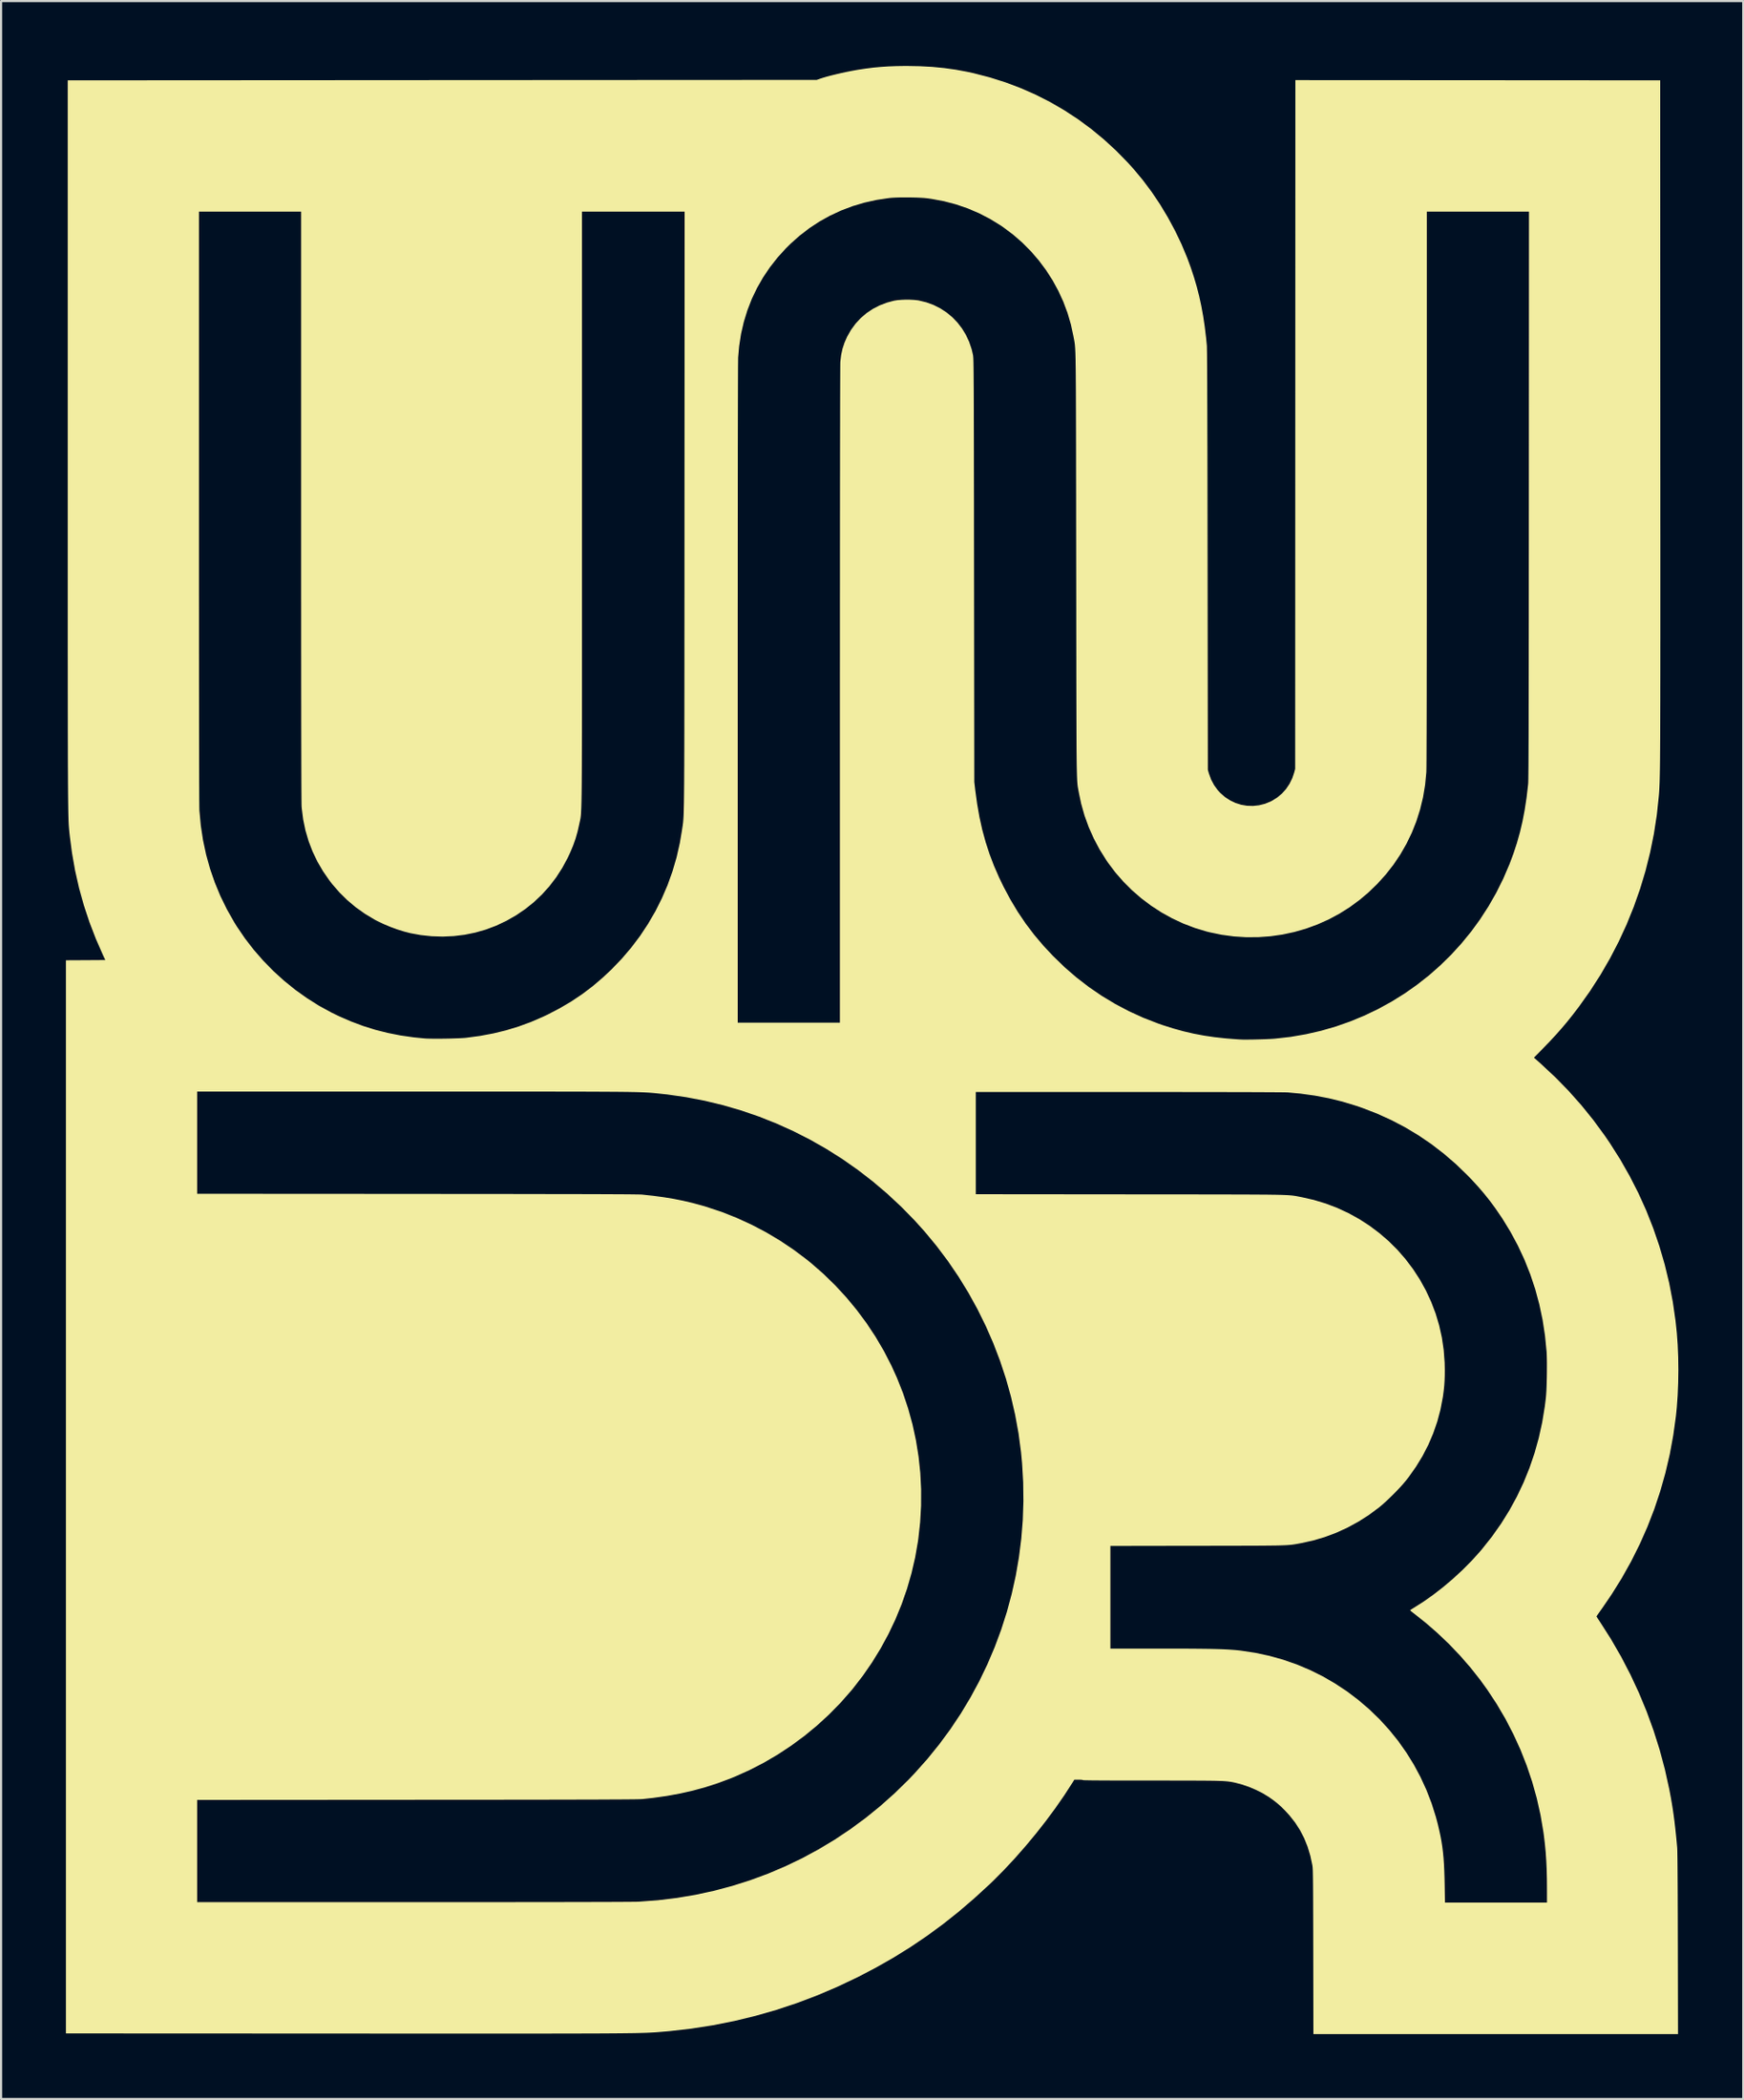
<source format=kicad_pcb>
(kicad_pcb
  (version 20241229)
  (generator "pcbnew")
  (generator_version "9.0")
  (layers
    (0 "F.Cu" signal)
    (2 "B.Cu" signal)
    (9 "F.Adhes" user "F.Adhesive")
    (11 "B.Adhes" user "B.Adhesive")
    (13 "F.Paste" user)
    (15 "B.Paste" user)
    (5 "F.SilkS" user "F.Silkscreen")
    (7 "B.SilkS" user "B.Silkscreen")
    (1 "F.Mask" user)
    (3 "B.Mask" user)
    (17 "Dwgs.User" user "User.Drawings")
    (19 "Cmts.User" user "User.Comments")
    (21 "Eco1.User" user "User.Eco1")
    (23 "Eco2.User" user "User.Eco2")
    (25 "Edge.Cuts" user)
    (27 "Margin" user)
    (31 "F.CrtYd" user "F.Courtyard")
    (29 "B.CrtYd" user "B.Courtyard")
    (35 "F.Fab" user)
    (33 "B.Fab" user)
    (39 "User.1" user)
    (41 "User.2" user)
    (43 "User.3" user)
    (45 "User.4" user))
  (footprint "LOGO1"
    (layer "F.Cu")
    (at 37.278 45.479)
    (property "Reference" "LOGO1" (at 0 0 0) (layer "F.SilkS") (effects (font (size 1.5 1.5) (thickness 0.3))))
    (attr board_only exclude_from_pos_files exclude_from_bom)
    (fp_poly (pts (xy 2.223 -45.468) (xy 2.795 -45.437) (xy 3.347 -45.383) (xy 3.889 -45.307) (xy 4.429 -45.206) (xy 4.705 -45.145) (xy 5.452 -44.952) (xy 6.18 -44.722) (xy 6.89 -44.454) (xy 7.581 -44.15) (xy 8.252 -43.809) (xy 8.902 -43.432) (xy 9.533 -43.019) (xy 10.142 -42.571) (xy 10.729 -42.087) (xy 11.295 -41.568) (xy 11.838 -41.014) (xy 12.101 -40.723) (xy 12.531 -40.208) (xy 12.942 -39.66) (xy 13.329 -39.084) (xy 13.69 -38.484) (xy 14.023 -37.867) (xy 14.325 -37.237) (xy 14.591 -36.599) (xy 14.752 -36.161) (xy 14.9 -35.714) (xy 15.029 -35.274) (xy 15.142 -34.833) (xy 15.24 -34.383) (xy 15.325 -33.919) (xy 15.398 -33.433) (xy 15.46 -32.918) (xy 15.493 -32.583) (xy 15.496 -32.549) (xy 15.498 -32.493) (xy 15.499 -32.413) (xy 15.501 -32.309) (xy 15.503 -32.18) (xy 15.505 -32.025) (xy 15.506 -31.844) (xy 15.508 -31.635) (xy 15.51 -31.398) (xy 15.511 -31.133) (xy 15.513 -30.837) (xy 15.514 -30.512) (xy 15.515 -30.155) (xy 15.517 -29.766) (xy 15.518 -29.345) (xy 15.519 -28.89) (xy 15.52 -28.401) (xy 15.522 -27.877) (xy 15.523 -27.317) (xy 15.524 -26.72) (xy 15.525 -26.087) (xy 15.526 -25.415) (xy 15.527 -24.704) (xy 15.528 -23.954) (xy 15.529 -23.163) (xy 15.53 -22.631) (xy 15.542 -12.939) (xy 15.59 -12.773) (xy 15.693 -12.491) (xy 15.829 -12.234) (xy 15.999 -11.999) (xy 16.116 -11.871) (xy 16.333 -11.681) (xy 16.57 -11.526) (xy 16.822 -11.406) (xy 17.085 -11.323) (xy 17.357 -11.277) (xy 17.632 -11.269) (xy 17.908 -11.299) (xy 18.181 -11.367) (xy 18.446 -11.474) (xy 18.503 -11.503) (xy 18.749 -11.656) (xy 18.969 -11.84) (xy 19.16 -12.052) (xy 19.32 -12.29) (xy 19.448 -12.552) (xy 19.534 -12.806) (xy 19.581 -12.981) (xy 19.586 -28.903) (xy 19.591 -44.825) (xy 28.029 -44.82) (xy 36.466 -44.814) (xy 36.472 -29.137) (xy 36.472 -28.141) (xy 36.472 -27.186) (xy 36.473 -26.27) (xy 36.473 -25.393) (xy 36.473 -24.555) (xy 36.474 -23.753) (xy 36.474 -22.988) (xy 36.474 -22.258) (xy 36.474 -21.563) (xy 36.474 -20.901) (xy 36.474 -20.271) (xy 36.474 -19.674) (xy 36.474 -19.107) (xy 36.473 -18.57) (xy 36.473 -18.062) (xy 36.473 -17.582) (xy 36.472 -17.129) (xy 36.471 -16.703) (xy 36.471 -16.302) (xy 36.47 -15.926) (xy 36.469 -15.573) (xy 36.468 -15.243) (xy 36.467 -14.934) (xy 36.466 -14.647) (xy 36.465 -14.38) (xy 36.463 -14.131) (xy 36.462 -13.901) (xy 36.46 -13.688) (xy 36.459 -13.491) (xy 36.457 -13.31) (xy 36.455 -13.144) (xy 36.453 -12.991) (xy 36.45 -12.851) (xy 36.448 -12.723) (xy 36.445 -12.605) (xy 36.443 -12.498) (xy 36.44 -12.4) (xy 36.437 -12.31) (xy 36.433 -12.228) (xy 36.43 -12.152) (xy 36.427 -12.082) (xy 36.423 -12.016) (xy 36.419 -11.954) (xy 36.415 -11.895) (xy 36.411 -11.837) (xy 36.406 -11.781) (xy 36.403 -11.739) (xy 36.31 -10.858) (xy 36.176 -9.986) (xy 36.001 -9.123) (xy 35.788 -8.271) (xy 35.535 -7.431) (xy 35.243 -6.604) (xy 34.914 -5.791) (xy 34.546 -4.994) (xy 34.141 -4.214) (xy 33.7 -3.453) (xy 33.222 -2.711) (xy 32.709 -1.989) (xy 32.686 -1.959) (xy 32.419 -1.61) (xy 32.159 -1.285) (xy 31.898 -0.976) (xy 31.627 -0.671) (xy 31.339 -0.361) (xy 31.058 -0.071) (xy 30.626 0.368) (xy 30.954 0.659) (xy 31.607 1.268) (xy 32.228 1.903) (xy 32.817 2.565) (xy 33.374 3.254) (xy 33.9 3.971) (xy 34.144 4.328) (xy 34.62 5.08) (xy 35.058 5.849) (xy 35.459 6.635) (xy 35.821 7.437) (xy 36.144 8.255) (xy 36.429 9.087) (xy 36.675 9.932) (xy 36.882 10.79) (xy 37.049 11.659) (xy 37.176 12.54) (xy 37.235 13.096) (xy 37.275 13.644) (xy 37.299 14.218) (xy 37.307 14.806) (xy 37.298 15.396) (xy 37.274 15.978) (xy 37.234 16.542) (xy 37.194 16.937) (xy 37.071 17.826) (xy 36.91 18.702) (xy 36.708 19.565) (xy 36.468 20.415) (xy 36.189 21.25) (xy 35.871 22.07) (xy 35.514 22.875) (xy 35.119 23.664) (xy 34.686 24.436) (xy 34.215 25.191) (xy 33.762 25.853) (xy 33.688 25.956) (xy 33.623 26.048) (xy 33.571 26.123) (xy 33.536 26.176) (xy 33.52 26.201) (xy 33.52 26.202) (xy 33.531 26.222) (xy 33.561 26.271) (xy 33.606 26.341) (xy 33.662 26.425) (xy 33.683 26.457) (xy 34.186 27.245) (xy 34.654 28.055) (xy 35.086 28.885) (xy 35.481 29.733) (xy 35.839 30.597) (xy 36.159 31.477) (xy 36.441 32.369) (xy 36.683 33.274) (xy 36.885 34.188) (xy 36.964 34.605) (xy 37.01 34.874) (xy 37.052 35.137) (xy 37.09 35.403) (xy 37.126 35.678) (xy 37.16 35.969) (xy 37.194 36.284) (xy 37.228 36.628) (xy 37.249 36.861) (xy 37.253 36.912) (xy 37.256 36.989) (xy 37.259 37.095) (xy 37.261 37.231) (xy 37.264 37.396) (xy 37.266 37.594) (xy 37.268 37.823) (xy 37.27 38.085) (xy 37.272 38.382) (xy 37.274 38.714) (xy 37.276 39.082) (xy 37.277 39.487) (xy 37.279 39.93) (xy 37.28 40.412) (xy 37.281 40.935) (xy 37.282 41.322) (xy 37.29 45.512) (xy 28.858 45.512) (xy 20.425 45.512) (xy 20.418 41.707) (xy 20.417 41.236) (xy 20.416 40.804) (xy 20.415 40.411) (xy 20.414 40.053) (xy 20.413 39.73) (xy 20.412 39.439) (xy 20.411 39.179) (xy 20.41 38.947) (xy 20.408 38.742) (xy 20.407 38.562) (xy 20.405 38.406) (xy 20.403 38.27) (xy 20.401 38.154) (xy 20.399 38.056) (xy 20.397 37.973) (xy 20.394 37.904) (xy 20.391 37.847) (xy 20.388 37.801) (xy 20.384 37.763) (xy 20.38 37.731) (xy 20.376 37.704) (xy 20.281 37.262) (xy 20.155 36.846) (xy 19.997 36.455) (xy 19.807 36.086) (xy 19.582 35.737) (xy 19.322 35.406) (xy 19.123 35.188) (xy 18.936 35.002) (xy 18.754 34.841) (xy 18.564 34.692) (xy 18.351 34.542) (xy 18.342 34.537) (xy 18.068 34.371) (xy 17.765 34.219) (xy 17.446 34.084) (xy 17.123 33.974) (xy 16.826 33.895) (xy 16.765 33.881) (xy 16.706 33.869) (xy 16.649 33.858) (xy 16.591 33.848) (xy 16.53 33.839) (xy 16.463 33.831) (xy 16.389 33.824) (xy 16.306 33.818) (xy 16.211 33.812) (xy 16.102 33.808) (xy 15.977 33.804) (xy 15.834 33.8) (xy 15.671 33.798) (xy 15.485 33.796) (xy 15.275 33.794) (xy 15.038 33.793) (xy 14.773 33.792) (xy 14.477 33.791) (xy 14.147 33.791) (xy 13.782 33.79) (xy 13.38 33.79) (xy 12.939 33.79) (xy 12.934 33.79) (xy 12.447 33.79) (xy 12 33.79) (xy 11.594 33.789) (xy 11.228 33.788) (xy 10.902 33.787) (xy 10.617 33.785) (xy 10.373 33.784) (xy 10.169 33.782) (xy 10.007 33.779) (xy 9.886 33.777) (xy 9.806 33.774) (xy 9.768 33.771) (xy 9.764 33.77) (xy 9.745 33.76) (xy 9.69 33.753) (xy 9.606 33.749) (xy 9.566 33.749) (xy 9.367 33.749) (xy 9.28 33.889) (xy 8.902 34.472) (xy 8.491 35.064) (xy 8.052 35.657) (xy 7.59 36.245) (xy 7.111 36.821) (xy 6.62 37.38) (xy 6.122 37.914) (xy 5.623 38.416) (xy 5.431 38.601) (xy 4.722 39.25) (xy 4.007 39.862) (xy 3.282 40.437) (xy 2.543 40.978) (xy 1.786 41.49) (xy 1.008 41.973) (xy 0.203 42.431) (xy -0.63 42.868) (xy -0.666 42.885) (xy -1.587 43.322) (xy -2.518 43.719) (xy -3.461 44.076) (xy -4.415 44.393) (xy -5.381 44.669) (xy -6.358 44.906) (xy -7.347 45.103) (xy -8.348 45.259) (xy -9.361 45.376) (xy -9.837 45.417) (xy -9.904 45.422) (xy -9.971 45.427) (xy -10.039 45.432) (xy -10.108 45.436) (xy -10.179 45.44) (xy -10.254 45.444) (xy -10.334 45.448) (xy -10.42 45.452) (xy -10.512 45.455) (xy -10.612 45.458) (xy -10.721 45.461) (xy -10.839 45.464) (xy -10.968 45.467) (xy -11.109 45.469) (xy -11.262 45.471) (xy -11.43 45.473) (xy -11.612 45.475) (xy -11.81 45.477) (xy -12.025 45.479) (xy -12.257 45.48) (xy -12.509 45.482) (xy -12.78 45.483) (xy -13.072 45.484) (xy -13.386 45.485) (xy -13.723 45.486) (xy -14.083 45.487) (xy -14.469 45.487) (xy -14.881 45.488) (xy -15.319 45.488) (xy -15.786 45.489) (xy -16.281 45.489) (xy -16.806 45.489) (xy -17.363 45.489) (xy -17.951 45.489) (xy -18.573 45.489) (xy -19.228 45.489) (xy -19.918 45.489) (xy -20.645 45.489) (xy -21.409 45.488) (xy -22.21 45.488) (xy -23.051 45.488) (xy -23.932 45.487) (xy -24.401 45.487) (xy -37.278 45.481) (xy -37.278 20.674) (xy -37.278 1.936) (xy -31.209 1.936) (xy -31.209 4.299) (xy -31.209 6.662) (xy -21.043 6.668) (xy -20.222 6.669) (xy -19.442 6.67) (xy -18.702 6.67) (xy -18 6.671) (xy -17.337 6.672) (xy -16.711 6.672) (xy -16.122 6.673) (xy -15.568 6.674) (xy -15.048 6.675) (xy -14.563 6.675) (xy -14.11 6.676) (xy -13.69 6.677) (xy -13.301 6.678) (xy -12.942 6.679) (xy -12.612 6.68) (xy -12.311 6.682) (xy -12.038 6.683) (xy -11.792 6.684) (xy -11.571 6.685) (xy -11.376 6.687) (xy -11.205 6.688) (xy -11.057 6.69) (xy -10.932 6.692) (xy -10.828 6.693) (xy -10.746 6.695) (xy -10.683 6.697) (xy -10.639 6.699) (xy -10.618 6.701) (xy -10.103 6.757) (xy -9.62 6.822) (xy -9.161 6.898) (xy -8.718 6.987) (xy -8.282 7.09) (xy -7.845 7.209) (xy -7.657 7.265) (xy -6.945 7.501) (xy -6.245 7.778) (xy -5.56 8.092) (xy -4.892 8.442) (xy -4.243 8.829) (xy -3.615 9.25) (xy -3.011 9.704) (xy -2.8 9.874) (xy -2.23 10.373) (xy -1.688 10.901) (xy -1.175 11.458) (xy -0.693 12.04) (xy -0.243 12.647) (xy 0.174 13.277) (xy 0.556 13.928) (xy 0.901 14.598) (xy 1.159 15.165) (xy 1.44 15.874) (xy 1.68 16.595) (xy 1.881 17.325) (xy 2.041 18.065) (xy 2.161 18.811) (xy 2.241 19.564) (xy 2.28 20.321) (xy 2.278 21.081) (xy 2.235 21.843) (xy 2.151 22.605) (xy 2.134 22.728) (xy 2.004 23.473) (xy 1.834 24.208) (xy 1.624 24.933) (xy 1.376 25.644) (xy 1.09 26.341) (xy 0.766 27.021) (xy 0.406 27.684) (xy 0.011 28.327) (xy -0.42 28.95) (xy -0.885 29.55) (xy -0.957 29.637) (xy -1.455 30.202) (xy -1.983 30.74) (xy -2.538 31.249) (xy -3.12 31.728) (xy -3.725 32.174) (xy -4.352 32.588) (xy -4.998 32.967) (xy -5.663 33.309) (xy -6.344 33.614) (xy -6.548 33.697) (xy -7.117 33.909) (xy -7.689 34.094) (xy -8.268 34.253) (xy -8.861 34.388) (xy -9.475 34.501) (xy -10.115 34.592) (xy -10.618 34.647) (xy -10.648 34.649) (xy -10.697 34.651) (xy -10.765 34.653) (xy -10.854 34.655) (xy -10.963 34.657) (xy -11.094 34.658) (xy -11.247 34.66) (xy -11.425 34.661) (xy -11.626 34.663) (xy -11.854 34.664) (xy -12.107 34.665) (xy -12.387 34.667) (xy -12.696 34.668) (xy -13.033 34.669) (xy -13.399 34.67) (xy -13.797 34.671) (xy -14.226 34.672) (xy -14.687 34.673) (xy -15.181 34.674) (xy -15.709 34.674) (xy -16.272 34.675) (xy -16.871 34.676) (xy -17.507 34.677) (xy -18.18 34.677) (xy -18.892 34.678) (xy -19.642 34.678) (xy -20.433 34.679) (xy -21.043 34.679) (xy -31.209 34.686) (xy -31.209 37.049) (xy -31.209 39.412) (xy -21.2 39.412) (xy -20.347 39.411) (xy -19.528 39.411) (xy -18.743 39.411) (xy -17.993 39.411) (xy -17.277 39.41) (xy -16.597 39.41) (xy -15.952 39.409) (xy -15.343 39.409) (xy -14.77 39.408) (xy -14.234 39.407) (xy -13.735 39.406) (xy -13.273 39.405) (xy -12.849 39.404) (xy -12.463 39.403) (xy -12.116 39.402) (xy -11.807 39.4) (xy -11.538 39.399) (xy -11.309 39.397) (xy -11.12 39.396) (xy -10.971 39.394) (xy -10.862 39.393) (xy -10.795 39.391) (xy -10.785 39.39) (xy -9.896 39.324) (xy -9.018 39.217) (xy -8.15 39.071) (xy -7.294 38.885) (xy -6.451 38.66) (xy -5.622 38.397) (xy -4.808 38.097) (xy -4.01 37.758) (xy -3.228 37.383) (xy -2.465 36.971) (xy -1.72 36.524) (xy -0.995 36.04) (xy -0.291 35.522) (xy 0.391 34.969) (xy 1.05 34.382) (xy 1.686 33.761) (xy 1.986 33.446) (xy 2.57 32.791) (xy 3.12 32.112) (xy 3.636 31.412) (xy 4.117 30.691) (xy 4.562 29.95) (xy 4.972 29.191) (xy 5.345 28.415) (xy 5.682 27.623) (xy 5.982 26.817) (xy 6.244 25.998) (xy 6.469 25.166) (xy 6.656 24.324) (xy 6.803 23.472) (xy 6.912 22.612) (xy 6.982 21.746) (xy 7.011 20.873) (xy 7 19.996) (xy 6.949 19.116) (xy 6.9 18.602) (xy 6.785 17.739) (xy 6.629 16.883) (xy 6.434 16.036) (xy 6.2 15.201) (xy 5.927 14.377) (xy 5.617 13.568) (xy 5.269 12.773) (xy 4.885 11.995) (xy 4.466 11.236) (xy 4.011 10.496) (xy 3.522 9.777) (xy 2.999 9.081) (xy 2.443 8.409) (xy 1.986 7.902) (xy 1.364 7.266) (xy 0.717 6.663) (xy 0.047 6.094) (xy -0.646 5.559) (xy -1.361 5.058) (xy -2.096 4.593) (xy -2.851 4.163) (xy -3.624 3.77) (xy -4.414 3.413) (xy -5.221 3.093) (xy -6.043 2.811) (xy -6.88 2.567) (xy -7.729 2.362) (xy -8.591 2.196) (xy -9.464 2.07) (xy -10.035 2.01) (xy -10.097 2.004) (xy -10.159 1.999) (xy -10.221 1.994) (xy -10.285 1.989) (xy -10.351 1.985) (xy -10.422 1.981) (xy -10.498 1.977) (xy -10.58 1.973) (xy -10.67 1.969) (xy -10.768 1.966) (xy -10.876 1.963) (xy -10.995 1.96) (xy -11.127 1.958) (xy -11.17 1.957) (xy 4.809 1.957) (xy 4.809 4.32) (xy 4.809 6.682) (xy 11.945 6.689) (xy 12.599 6.69) (xy 13.212 6.69) (xy 13.787 6.691) (xy 14.324 6.691) (xy 14.825 6.691) (xy 15.291 6.692) (xy 15.724 6.692) (xy 16.124 6.693) (xy 16.495 6.694) (xy 16.835 6.695) (xy 17.149 6.696) (xy 17.435 6.697) (xy 17.697 6.698) (xy 17.934 6.7) (xy 18.15 6.701) (xy 18.344 6.703) (xy 18.519 6.706) (xy 18.676 6.708) (xy 18.815 6.711) (xy 18.94 6.714) (xy 19.05 6.718) (xy 19.148 6.722) (xy 19.234 6.726) (xy 19.31 6.731) (xy 19.378 6.737) (xy 19.438 6.742) (xy 19.493 6.749) (xy 19.543 6.756) (xy 19.591 6.763) (xy 19.636 6.771) (xy 19.682 6.779) (xy 19.728 6.789) (xy 19.777 6.798) (xy 19.829 6.809) (xy 19.883 6.819) (xy 20.446 6.947) (xy 20.995 7.113) (xy 21.529 7.316) (xy 22.045 7.556) (xy 22.543 7.83) (xy 23.02 8.138) (xy 23.475 8.479) (xy 23.905 8.85) (xy 24.309 9.251) (xy 24.684 9.681) (xy 25.03 10.138) (xy 25.345 10.621) (xy 25.348 10.626) (xy 25.631 11.137) (xy 25.874 11.663) (xy 26.079 12.201) (xy 26.243 12.751) (xy 26.368 13.312) (xy 26.452 13.883) (xy 26.496 14.464) (xy 26.503 14.811) (xy 26.501 15.071) (xy 26.493 15.302) (xy 26.479 15.519) (xy 26.457 15.735) (xy 26.427 15.964) (xy 26.41 16.078) (xy 26.301 16.645) (xy 26.153 17.2) (xy 25.965 17.742) (xy 25.739 18.271) (xy 25.474 18.784) (xy 25.17 19.282) (xy 24.829 19.764) (xy 24.704 19.924) (xy 24.586 20.065) (xy 24.442 20.225) (xy 24.281 20.396) (xy 24.108 20.571) (xy 23.932 20.743) (xy 23.76 20.905) (xy 23.598 21.049) (xy 23.464 21.161) (xy 22.998 21.507) (xy 22.512 21.818) (xy 22.007 22.093) (xy 21.487 22.332) (xy 20.953 22.532) (xy 20.409 22.693) (xy 19.855 22.815) (xy 19.836 22.818) (xy 19.764 22.831) (xy 19.697 22.844) (xy 19.636 22.855) (xy 19.577 22.865) (xy 19.519 22.874) (xy 19.459 22.882) (xy 19.397 22.89) (xy 19.33 22.896) (xy 19.255 22.902) (xy 19.172 22.908) (xy 19.078 22.912) (xy 18.972 22.916) (xy 18.85 22.92) (xy 18.712 22.923) (xy 18.556 22.925) (xy 18.379 22.927) (xy 18.18 22.929) (xy 17.956 22.931) (xy 17.706 22.932) (xy 17.428 22.933) (xy 17.12 22.934) (xy 16.78 22.935) (xy 16.405 22.935) (xy 15.995 22.936) (xy 15.547 22.937) (xy 15.079 22.937) (xy 11.034 22.944) (xy 11.034 25.317) (xy 11.034 27.69) (xy 13.361 27.69) (xy 13.797 27.691) (xy 14.194 27.691) (xy 14.554 27.692) (xy 14.881 27.694) (xy 15.176 27.697) (xy 15.442 27.7) (xy 15.683 27.704) (xy 15.9 27.709) (xy 16.096 27.715) (xy 16.273 27.722) (xy 16.435 27.73) (xy 16.584 27.739) (xy 16.721 27.749) (xy 16.851 27.76) (xy 16.976 27.773) (xy 17.072 27.784) (xy 17.739 27.885) (xy 18.392 28.025) (xy 19.031 28.204) (xy 19.655 28.421) (xy 20.262 28.677) (xy 20.853 28.97) (xy 21.425 29.301) (xy 21.98 29.668) (xy 22.506 30.066) (xy 23.012 30.499) (xy 23.488 30.96) (xy 23.933 31.448) (xy 24.345 31.959) (xy 24.724 32.495) (xy 25.069 33.052) (xy 25.379 33.629) (xy 25.653 34.225) (xy 25.89 34.839) (xy 26.089 35.468) (xy 26.18 35.81) (xy 26.244 36.083) (xy 26.3 36.341) (xy 26.347 36.592) (xy 26.386 36.841) (xy 26.418 37.096) (xy 26.444 37.361) (xy 26.464 37.643) (xy 26.479 37.949) (xy 26.49 38.285) (xy 26.497 38.605) (xy 26.51 39.432) (xy 28.87 39.432) (xy 31.23 39.432) (xy 31.229 38.813) (xy 31.226 38.349) (xy 31.215 37.918) (xy 31.197 37.514) (xy 31.171 37.127) (xy 31.136 36.752) (xy 31.092 36.38) (xy 31.063 36.164) (xy 30.93 35.381) (xy 30.757 34.609) (xy 30.544 33.847) (xy 30.292 33.098) (xy 30.002 32.363) (xy 29.673 31.643) (xy 29.308 30.939) (xy 28.905 30.253) (xy 28.465 29.586) (xy 28.141 29.137) (xy 27.691 28.567) (xy 27.207 28.012) (xy 26.695 27.476) (xy 26.159 26.966) (xy 25.606 26.486) (xy 25.145 26.12) (xy 25.059 26.054) (xy 24.986 25.996) (xy 24.932 25.952) (xy 24.904 25.925) (xy 24.9 25.92) (xy 24.917 25.903) (xy 24.961 25.871) (xy 25.025 25.831) (xy 25.046 25.818) (xy 25.506 25.527) (xy 25.969 25.201) (xy 26.429 24.844) (xy 26.88 24.462) (xy 27.316 24.06) (xy 27.731 23.643) (xy 28.118 23.216) (xy 28.226 23.089) (xy 28.683 22.513) (xy 29.104 21.917) (xy 29.488 21.301) (xy 29.835 20.667) (xy 30.145 20.014) (xy 30.417 19.344) (xy 30.652 18.656) (xy 30.849 17.951) (xy 31.008 17.229) (xy 31.129 16.491) (xy 31.179 16.083) (xy 31.19 15.948) (xy 31.201 15.779) (xy 31.209 15.583) (xy 31.216 15.368) (xy 31.222 15.142) (xy 31.225 14.911) (xy 31.226 14.683) (xy 31.226 14.467) (xy 31.223 14.268) (xy 31.218 14.096) (xy 31.211 13.967) (xy 31.138 13.223) (xy 31.026 12.493) (xy 30.875 11.777) (xy 30.686 11.075) (xy 30.457 10.388) (xy 30.19 9.716) (xy 29.884 9.06) (xy 29.54 8.42) (xy 29.158 7.796) (xy 28.838 7.329) (xy 28.586 6.987) (xy 28.326 6.662) (xy 28.052 6.342) (xy 27.755 6.018) (xy 27.545 5.801) (xy 27.013 5.287) (xy 26.459 4.81) (xy 25.884 4.367) (xy 25.287 3.961) (xy 24.669 3.59) (xy 24.029 3.255) (xy 23.367 2.955) (xy 22.683 2.691) (xy 22.388 2.59) (xy 21.76 2.4) (xy 21.129 2.245) (xy 20.489 2.123) (xy 19.832 2.032) (xy 19.248 1.978) (xy 19.197 1.976) (xy 19.105 1.974) (xy 18.972 1.972) (xy 18.798 1.97) (xy 18.585 1.969) (xy 18.332 1.967) (xy 18.04 1.966) (xy 17.71 1.964) (xy 17.341 1.963) (xy 16.934 1.962) (xy 16.49 1.961) (xy 16.01 1.96) (xy 15.492 1.959) (xy 14.939 1.959) (xy 14.349 1.958) (xy 13.725 1.958) (xy 13.065 1.957) (xy 12.372 1.957) (xy 11.883 1.957) (xy 4.809 1.957) (xy -11.17 1.957) (xy -11.272 1.955) (xy -11.431 1.953) (xy -11.606 1.951) (xy -11.798 1.949) (xy -12.007 1.948) (xy -12.236 1.946) (xy -12.486 1.945) (xy -12.756 1.943) (xy -13.05 1.942) (xy -13.367 1.941) (xy -13.709 1.94) (xy -14.078 1.94) (xy -14.473 1.939) (xy -14.898 1.938) (xy -15.351 1.938) (xy -15.836 1.938) (xy -16.353 1.937) (xy -16.903 1.937) (xy -17.487 1.937) (xy -18.106 1.937) (xy -18.762 1.936) (xy -19.456 1.936) (xy -20.189 1.936) (xy -20.962 1.936) (xy -21.2 1.936) (xy -31.209 1.936) (xy -37.278 1.936) (xy -37.278 -4.133) (xy -36.368 -4.138) (xy -35.457 -4.144) (xy -35.552 -4.346) (xy -35.893 -5.122) (xy -36.193 -5.902) (xy -36.453 -6.687) (xy -36.673 -7.48) (xy -36.855 -8.285) (xy -36.999 -9.104) (xy -37.1 -9.879) (xy -37.105 -9.93) (xy -37.111 -9.978) (xy -37.116 -10.024) (xy -37.121 -10.069) (xy -37.125 -10.114) (xy -37.13 -10.159) (xy -37.134 -10.205) (xy -37.138 -10.254) (xy -37.142 -10.306) (xy -37.146 -10.363) (xy -37.15 -10.424) (xy -37.153 -10.491) (xy -37.156 -10.564) (xy -37.159 -10.646) (xy -37.162 -10.735) (xy -37.165 -10.834) (xy -37.167 -10.944) (xy -37.17 -11.064) (xy -37.172 -11.196) (xy -37.174 -11.341) (xy -37.176 -11.5) (xy -37.178 -11.673) (xy -37.18 -11.862) (xy -37.181 -12.067) (xy -37.183 -12.29) (xy -37.184 -12.53) (xy -37.185 -12.789) (xy -37.187 -13.069) (xy -37.188 -13.368) (xy -37.189 -13.69) (xy -37.189 -14.034) (xy -37.19 -14.401) (xy -37.191 -14.792) (xy -37.191 -15.209) (xy -37.192 -15.651) (xy -37.192 -16.121) (xy -37.193 -16.618) (xy -37.193 -17.143) (xy -37.193 -17.698) (xy -37.194 -18.284) (xy -37.194 -18.9) (xy -37.194 -19.549) (xy -37.194 -20.23) (xy -37.194 -20.946) (xy -37.194 -21.696) (xy -37.194 -22.482) (xy -37.194 -23.304) (xy -37.194 -24.163) (xy -37.194 -25.061) (xy -37.194 -25.997) (xy -37.194 -26.974) (xy -37.194 -27.919) (xy -37.194 -38.745) (xy -31.125 -38.745) (xy -31.125 -25.072) (xy -31.125 -24.017) (xy -31.125 -23.003) (xy -31.125 -22.031) (xy -31.125 -21.1) (xy -31.124 -20.211) (xy -31.124 -19.363) (xy -31.124 -18.557) (xy -31.123 -17.792) (xy -31.123 -17.068) (xy -31.122 -16.386) (xy -31.121 -15.745) (xy -31.121 -15.145) (xy -31.12 -14.586) (xy -31.119 -14.068) (xy -31.118 -13.591) (xy -31.117 -13.156) (xy -31.116 -12.761) (xy -31.115 -12.407) (xy -31.113 -12.095) (xy -31.112 -11.823) (xy -31.111 -11.592) (xy -31.109 -11.401) (xy -31.108 -11.252) (xy -31.106 -11.143) (xy -31.105 -11.074) (xy -31.104 -11.055) (xy -31.04 -10.365) (xy -30.937 -9.686) (xy -30.794 -9.019) (xy -30.612 -8.365) (xy -30.391 -7.725) (xy -30.131 -7.099) (xy -29.832 -6.489) (xy -29.496 -5.895) (xy -29.371 -5.694) (xy -28.998 -5.146) (xy -28.592 -4.62) (xy -28.154 -4.118) (xy -27.688 -3.641) (xy -27.195 -3.193) (xy -26.677 -2.774) (xy -26.137 -2.388) (xy -25.578 -2.035) (xy -25.001 -1.719) (xy -24.65 -1.548) (xy -24.089 -1.305) (xy -23.531 -1.096) (xy -22.968 -0.92) (xy -22.394 -0.775) (xy -21.804 -0.658) (xy -21.191 -0.57) (xy -20.705 -0.521) (xy -20.599 -0.514) (xy -20.458 -0.51) (xy -20.29 -0.508) (xy -20.102 -0.507) (xy -19.9 -0.508) (xy -19.693 -0.511) (xy -19.487 -0.515) (xy -19.289 -0.521) (xy -19.107 -0.528) (xy -18.947 -0.536) (xy -18.817 -0.545) (xy -18.759 -0.551) (xy -18.12 -0.637) (xy -17.508 -0.752) (xy -16.917 -0.896) (xy -16.342 -1.071) (xy -15.855 -1.249) (xy -6.204 -1.249) (xy -3.841 -1.249) (xy -1.478 -1.249) (xy -1.478 -16.39) (xy -1.478 -17.291) (xy -1.477 -18.172) (xy -1.477 -19.032) (xy -1.477 -19.872) (xy -1.477 -20.69) (xy -1.476 -21.485) (xy -1.476 -22.257) (xy -1.476 -23.005) (xy -1.475 -23.728) (xy -1.475 -24.426) (xy -1.474 -25.097) (xy -1.474 -25.74) (xy -1.473 -26.356) (xy -1.472 -26.943) (xy -1.472 -27.501) (xy -1.471 -28.028) (xy -1.47 -28.524) (xy -1.469 -28.989) (xy -1.469 -29.421) (xy -1.468 -29.819) (xy -1.467 -30.183) (xy -1.466 -30.512) (xy -1.465 -30.806) (xy -1.464 -31.063) (xy -1.463 -31.283) (xy -1.462 -31.465) (xy -1.461 -31.607) (xy -1.46 -31.711) (xy -1.459 -31.774) (xy -1.458 -31.793) (xy -1.421 -32.11) (xy -1.358 -32.405) (xy -1.265 -32.687) (xy -1.142 -32.965) (xy -0.962 -33.28) (xy -0.752 -33.567) (xy -0.513 -33.824) (xy -0.247 -34.052) (xy 0.044 -34.247) (xy 0.36 -34.41) (xy 0.698 -34.539) (xy 1.027 -34.627) (xy 1.184 -34.652) (xy 1.368 -34.668) (xy 1.568 -34.676) (xy 1.771 -34.674) (xy 1.964 -34.663) (xy 2.135 -34.643) (xy 2.176 -34.636) (xy 2.525 -34.551) (xy 2.856 -34.429) (xy 3.167 -34.273) (xy 3.456 -34.084) (xy 3.721 -33.865) (xy 3.96 -33.617) (xy 4.171 -33.343) (xy 4.352 -33.045) (xy 4.501 -32.725) (xy 4.616 -32.384) (xy 4.677 -32.125) (xy 4.68 -32.108) (xy 4.683 -32.09) (xy 4.685 -32.068) (xy 4.688 -32.042) (xy 4.69 -32.01) (xy 4.693 -31.972) (xy 4.695 -31.926) (xy 4.697 -31.871) (xy 4.699 -31.806) (xy 4.701 -31.73) (xy 4.702 -31.642) (xy 4.704 -31.541) (xy 4.705 -31.425) (xy 4.707 -31.293) (xy 4.708 -31.144) (xy 4.709 -30.978) (xy 4.71 -30.792) (xy 4.712 -30.587) (xy 4.713 -30.36) (xy 4.714 -30.111) (xy 4.715 -29.838) (xy 4.716 -29.54) (xy 4.716 -29.217) (xy 4.717 -28.866) (xy 4.718 -28.488) (xy 4.719 -28.08) (xy 4.72 -27.642) (xy 4.72 -27.173) (xy 4.721 -26.671) (xy 4.722 -26.135) (xy 4.723 -25.564) (xy 4.724 -24.957) (xy 4.724 -24.314) (xy 4.725 -23.632) (xy 4.726 -22.91) (xy 4.727 -22.152) (xy 4.739 -12.377) (xy 4.783 -12.003) (xy 4.871 -11.36) (xy 4.979 -10.748) (xy 5.109 -10.162) (xy 5.264 -9.596) (xy 5.443 -9.045) (xy 5.65 -8.501) (xy 5.886 -7.96) (xy 6.091 -7.537) (xy 6.41 -6.939) (xy 6.749 -6.374) (xy 7.113 -5.835) (xy 7.506 -5.316) (xy 7.932 -4.812) (xy 8.38 -4.333) (xy 8.909 -3.82) (xy 9.462 -3.341) (xy 10.037 -2.898) (xy 10.635 -2.489) (xy 11.254 -2.116) (xy 11.894 -1.778) (xy 12.554 -1.477) (xy 13.233 -1.213) (xy 13.457 -1.135) (xy 13.937 -0.983) (xy 14.41 -0.852) (xy 14.882 -0.742) (xy 15.362 -0.651) (xy 15.857 -0.578) (xy 16.374 -0.521) (xy 16.922 -0.478) (xy 17.051 -0.471) (xy 17.15 -0.467) (xy 17.283 -0.466) (xy 17.442 -0.467) (xy 17.619 -0.469) (xy 17.807 -0.473) (xy 17.998 -0.478) (xy 18.184 -0.484) (xy 18.358 -0.492) (xy 18.512 -0.5) (xy 18.638 -0.509) (xy 18.652 -0.51) (xy 19.373 -0.592) (xy 20.084 -0.715) (xy 20.782 -0.875) (xy 21.467 -1.073) (xy 22.136 -1.308) (xy 22.789 -1.578) (xy 23.425 -1.883) (xy 24.041 -2.222) (xy 24.638 -2.593) (xy 25.213 -2.997) (xy 25.765 -3.43) (xy 26.292 -3.894) (xy 26.795 -4.387) (xy 27.27 -4.907) (xy 27.718 -5.454) (xy 28.136 -6.027) (xy 28.523 -6.626) (xy 28.879 -7.248) (xy 29.201 -7.893) (xy 29.488 -8.56) (xy 29.493 -8.571) (xy 29.676 -9.061) (xy 29.837 -9.551) (xy 29.977 -10.048) (xy 30.097 -10.556) (xy 30.198 -11.084) (xy 30.283 -11.637) (xy 30.352 -12.222) (xy 30.359 -12.294) (xy 30.361 -12.322) (xy 30.363 -12.369) (xy 30.364 -12.436) (xy 30.366 -12.523) (xy 30.367 -12.633) (xy 30.369 -12.764) (xy 30.37 -12.919) (xy 30.372 -13.097) (xy 30.373 -13.3) (xy 30.374 -13.528) (xy 30.375 -13.782) (xy 30.376 -14.062) (xy 30.378 -14.37) (xy 30.379 -14.706) (xy 30.38 -15.072) (xy 30.38 -15.466) (xy 30.381 -15.891) (xy 30.382 -16.348) (xy 30.383 -16.836) (xy 30.384 -17.357) (xy 30.385 -17.911) (xy 30.385 -18.499) (xy 30.386 -19.122) (xy 30.387 -19.781) (xy 30.387 -20.476) (xy 30.388 -21.208) (xy 30.388 -21.977) (xy 30.389 -22.786) (xy 30.39 -23.633) (xy 30.39 -24.521) (xy 30.391 -25.449) (xy 30.391 -25.645) (xy 30.397 -38.745) (xy 28.034 -38.745) (xy 25.671 -38.745) (xy 25.671 -25.957) (xy 25.671 -24.942) (xy 25.67 -23.968) (xy 25.67 -23.035) (xy 25.67 -22.144) (xy 25.67 -21.295) (xy 25.669 -20.486) (xy 25.669 -19.718) (xy 25.668 -18.992) (xy 25.668 -18.306) (xy 25.667 -17.662) (xy 25.666 -17.057) (xy 25.666 -16.494) (xy 25.665 -15.971) (xy 25.664 -15.488) (xy 25.663 -15.046) (xy 25.662 -14.644) (xy 25.66 -14.283) (xy 25.659 -13.961) (xy 25.658 -13.679) (xy 25.657 -13.437) (xy 25.655 -13.235) (xy 25.654 -13.073) (xy 25.652 -12.95) (xy 25.65 -12.866) (xy 25.649 -12.825) (xy 25.592 -12.238) (xy 25.495 -11.664) (xy 25.359 -11.102) (xy 25.186 -10.556) (xy 24.975 -10.026) (xy 24.727 -9.514) (xy 24.443 -9.02) (xy 24.124 -8.547) (xy 23.77 -8.095) (xy 23.382 -7.666) (xy 22.962 -7.261) (xy 22.561 -6.923) (xy 22.102 -6.586) (xy 21.623 -6.284) (xy 21.126 -6.018) (xy 20.612 -5.789) (xy 20.085 -5.596) (xy 19.545 -5.441) (xy 18.996 -5.323) (xy 18.439 -5.243) (xy 17.877 -5.202) (xy 17.311 -5.199) (xy 16.744 -5.236) (xy 16.177 -5.313) (xy 15.614 -5.43) (xy 15.479 -5.464) (xy 14.936 -5.629) (xy 14.406 -5.831) (xy 13.892 -6.071) (xy 13.396 -6.346) (xy 12.92 -6.655) (xy 12.466 -6.996) (xy 12.037 -7.368) (xy 11.635 -7.769) (xy 11.261 -8.197) (xy 10.919 -8.652) (xy 10.849 -8.755) (xy 10.538 -9.251) (xy 10.266 -9.763) (xy 10.032 -10.288) (xy 9.837 -10.826) (xy 9.682 -11.374) (xy 9.578 -11.867) (xy 9.569 -11.916) (xy 9.561 -11.959) (xy 9.553 -12) (xy 9.546 -12.039) (xy 9.539 -12.076) (xy 9.532 -12.114) (xy 9.526 -12.153) (xy 9.52 -12.195) (xy 9.515 -12.24) (xy 9.51 -12.291) (xy 9.505 -12.347) (xy 9.5 -12.411) (xy 9.496 -12.482) (xy 9.493 -12.564) (xy 9.489 -12.655) (xy 9.486 -12.759) (xy 9.483 -12.876) (xy 9.48 -13.006) (xy 9.477 -13.152) (xy 9.475 -13.315) (xy 9.473 -13.495) (xy 9.471 -13.693) (xy 9.469 -13.912) (xy 9.468 -14.151) (xy 9.466 -14.413) (xy 9.465 -14.698) (xy 9.464 -15.008) (xy 9.463 -15.343) (xy 9.462 -15.705) (xy 9.461 -16.095) (xy 9.46 -16.514) (xy 9.459 -16.964) (xy 9.458 -17.445) (xy 9.458 -17.958) (xy 9.457 -18.505) (xy 9.456 -19.087) (xy 9.455 -19.706) (xy 9.455 -20.361) (xy 9.454 -21.055) (xy 9.453 -21.788) (xy 9.452 -22.423) (xy 9.451 -23.19) (xy 9.45 -23.916) (xy 9.449 -24.603) (xy 9.449 -25.252) (xy 9.448 -25.864) (xy 9.447 -26.439) (xy 9.446 -26.981) (xy 9.446 -27.488) (xy 9.445 -27.964) (xy 9.444 -28.408) (xy 9.443 -28.822) (xy 9.442 -29.207) (xy 9.441 -29.564) (xy 9.44 -29.895) (xy 9.439 -30.2) (xy 9.438 -30.481) (xy 9.436 -30.739) (xy 9.434 -30.975) (xy 9.433 -31.19) (xy 9.431 -31.385) (xy 9.429 -31.562) (xy 9.426 -31.721) (xy 9.424 -31.864) (xy 9.421 -31.992) (xy 9.418 -32.107) (xy 9.415 -32.208) (xy 9.411 -32.298) (xy 9.407 -32.377) (xy 9.403 -32.448) (xy 9.398 -32.51) (xy 9.394 -32.565) (xy 9.389 -32.614) (xy 9.383 -32.659) (xy 9.377 -32.7) (xy 9.371 -32.739) (xy 9.364 -32.777) (xy 9.357 -32.814) (xy 9.35 -32.853) (xy 9.342 -32.894) (xy 9.333 -32.938) (xy 9.326 -32.978) (xy 9.208 -33.525) (xy 9.052 -34.059) (xy 8.857 -34.58) (xy 8.625 -35.085) (xy 8.359 -35.572) (xy 8.058 -36.04) (xy 7.725 -36.486) (xy 7.361 -36.908) (xy 6.967 -37.305) (xy 6.544 -37.674) (xy 6.093 -38.013) (xy 5.942 -38.116) (xy 5.457 -38.413) (xy 4.955 -38.672) (xy 4.435 -38.894) (xy 3.898 -39.078) (xy 3.343 -39.224) (xy 2.772 -39.332) (xy 2.55 -39.363) (xy 2.421 -39.376) (xy 2.26 -39.386) (xy 2.074 -39.394) (xy 1.872 -39.399) (xy 1.662 -39.402) (xy 1.453 -39.402) (xy 1.253 -39.399) (xy 1.071 -39.393) (xy 0.914 -39.384) (xy 0.802 -39.374) (xy 0.22 -39.286) (xy -0.346 -39.16) (xy -0.893 -38.997) (xy -1.422 -38.796) (xy -1.932 -38.56) (xy -2.423 -38.287) (xy -2.892 -37.978) (xy -3.34 -37.634) (xy -3.766 -37.255) (xy -3.977 -37.046) (xy -4.365 -36.618) (xy -4.717 -36.169) (xy -5.033 -35.7) (xy -5.311 -35.213) (xy -5.553 -34.708) (xy -5.756 -34.185) (xy -5.922 -33.647) (xy -6.05 -33.093) (xy -6.138 -32.524) (xy -6.183 -32.021) (xy -6.185 -31.976) (xy -6.186 -31.89) (xy -6.187 -31.763) (xy -6.189 -31.596) (xy -6.19 -31.388) (xy -6.191 -31.14) (xy -6.192 -30.853) (xy -6.193 -30.526) (xy -6.194 -30.16) (xy -6.195 -29.756) (xy -6.196 -29.313) (xy -6.197 -28.832) (xy -6.198 -28.313) (xy -6.199 -27.758) (xy -6.199 -27.165) (xy -6.2 -26.535) (xy -6.201 -25.869) (xy -6.201 -25.167) (xy -6.202 -24.429) (xy -6.202 -23.656) (xy -6.203 -22.848) (xy -6.203 -22.005) (xy -6.203 -21.128) (xy -6.204 -20.216) (xy -6.204 -19.271) (xy -6.204 -18.293) (xy -6.204 -17.281) (xy -6.204 -16.463) (xy -6.204 -1.249) (xy -15.855 -1.249) (xy -15.776 -1.278) (xy -15.215 -1.52) (xy -14.999 -1.622) (xy -14.438 -1.914) (xy -13.907 -2.226) (xy -13.401 -2.565) (xy -12.914 -2.933) (xy -12.441 -3.336) (xy -12.047 -3.706) (xy -11.572 -4.199) (xy -11.13 -4.717) (xy -10.722 -5.257) (xy -10.35 -5.819) (xy -10.012 -6.4) (xy -9.711 -7) (xy -9.446 -7.617) (xy -9.22 -8.25) (xy -9.031 -8.896) (xy -8.882 -9.556) (xy -8.787 -10.118) (xy -8.779 -10.169) (xy -8.772 -10.216) (xy -8.766 -10.259) (xy -8.759 -10.3) (xy -8.753 -10.339) (xy -8.747 -10.379) (xy -8.742 -10.419) (xy -8.736 -10.46) (xy -8.731 -10.504) (xy -8.727 -10.552) (xy -8.722 -10.604) (xy -8.718 -10.661) (xy -8.714 -10.725) (xy -8.71 -10.796) (xy -8.707 -10.876) (xy -8.703 -10.964) (xy -8.7 -11.063) (xy -8.698 -11.174) (xy -8.695 -11.296) (xy -8.692 -11.432) (xy -8.69 -11.582) (xy -8.688 -11.747) (xy -8.686 -11.928) (xy -8.684 -12.126) (xy -8.682 -12.342) (xy -8.681 -12.577) (xy -8.68 -12.832) (xy -8.678 -13.108) (xy -8.677 -13.406) (xy -8.676 -13.726) (xy -8.675 -14.071) (xy -8.674 -14.44) (xy -8.673 -14.835) (xy -8.673 -15.257) (xy -8.672 -15.706) (xy -8.672 -16.184) (xy -8.671 -16.691) (xy -8.671 -17.229) (xy -8.67 -17.799) (xy -8.67 -18.401) (xy -8.67 -19.037) (xy -8.669 -19.707) (xy -8.669 -20.412) (xy -8.668 -21.154) (xy -8.668 -21.933) (xy -8.668 -22.75) (xy -8.667 -23.607) (xy -8.667 -24.504) (xy -8.667 -24.926) (xy -8.66 -38.745) (xy -11.034 -38.745) (xy -13.408 -38.745) (xy -13.408 -25.02) (xy -13.408 -24.106) (xy -13.408 -23.232) (xy -13.408 -22.398) (xy -13.408 -21.602) (xy -13.408 -20.845) (xy -13.408 -20.124) (xy -13.408 -19.439) (xy -13.408 -18.79) (xy -13.408 -18.174) (xy -13.408 -17.591) (xy -13.408 -17.04) (xy -13.408 -16.52) (xy -13.409 -16.031) (xy -13.409 -15.571) (xy -13.41 -15.139) (xy -13.41 -14.734) (xy -13.411 -14.355) (xy -13.412 -14.002) (xy -13.413 -13.673) (xy -13.414 -13.368) (xy -13.415 -13.085) (xy -13.416 -12.824) (xy -13.418 -12.583) (xy -13.419 -12.362) (xy -13.421 -12.159) (xy -13.423 -11.975) (xy -13.425 -11.807) (xy -13.428 -11.654) (xy -13.43 -11.517) (xy -13.433 -11.393) (xy -13.436 -11.283) (xy -13.439 -11.184) (xy -13.443 -11.096) (xy -13.447 -11.018) (xy -13.451 -10.95) (xy -13.455 -10.889) (xy -13.459 -10.836) (xy -13.464 -10.789) (xy -13.469 -10.747) (xy -13.475 -10.709) (xy -13.48 -10.675) (xy -13.486 -10.643) (xy -13.493 -10.613) (xy -13.499 -10.583) (xy -13.506 -10.552) (xy -13.514 -10.52) (xy -13.521 -10.486) (xy -13.529 -10.448) (xy -13.533 -10.43) (xy -13.611 -10.085) (xy -13.704 -9.758) (xy -13.818 -9.437) (xy -13.956 -9.109) (xy -14.073 -8.859) (xy -14.322 -8.399) (xy -14.603 -7.964) (xy -14.915 -7.556) (xy -15.257 -7.176) (xy -15.628 -6.825) (xy -16.027 -6.504) (xy -16.453 -6.214) (xy -16.904 -5.956) (xy -17.379 -5.732) (xy -17.384 -5.73) (xy -17.854 -5.553) (xy -18.339 -5.414) (xy -18.835 -5.313) (xy -19.339 -5.251) (xy -19.849 -5.228) (xy -20.361 -5.244) (xy -20.871 -5.299) (xy -21.34 -5.385) (xy -21.636 -5.461) (xy -21.95 -5.559) (xy -22.269 -5.676) (xy -22.58 -5.806) (xy -22.87 -5.944) (xy -22.995 -6.01) (xy -23.446 -6.281) (xy -23.868 -6.58) (xy -24.26 -6.909) (xy -24.625 -7.268) (xy -24.965 -7.66) (xy -25.087 -7.818) (xy -25.385 -8.247) (xy -25.646 -8.695) (xy -25.868 -9.158) (xy -26.052 -9.638) (xy -26.198 -10.132) (xy -26.304 -10.64) (xy -26.371 -11.161) (xy -26.378 -11.242) (xy -26.379 -11.282) (xy -26.381 -11.359) (xy -26.382 -11.474) (xy -26.384 -11.626) (xy -26.385 -11.816) (xy -26.387 -12.044) (xy -26.388 -12.31) (xy -26.389 -12.614) (xy -26.39 -12.956) (xy -26.391 -13.337) (xy -26.392 -13.757) (xy -26.393 -14.216) (xy -26.394 -14.713) (xy -26.395 -15.25) (xy -26.395 -15.827) (xy -26.396 -16.443) (xy -26.397 -17.099) (xy -26.397 -17.795) (xy -26.398 -18.531) (xy -26.398 -19.308) (xy -26.398 -20.125) (xy -26.399 -20.982) (xy -26.399 -21.881) (xy -26.399 -22.82) (xy -26.399 -23.801) (xy -26.399 -24.824) (xy -26.399 -25.134) (xy -26.399 -38.745) (xy -28.762 -38.745) (xy -31.125 -38.745) (xy -37.194 -38.745) (xy -37.194 -44.814) (xy -19.872 -44.825) (xy -2.55 -44.835) (xy -2.384 -44.894) (xy -2.242 -44.94) (xy -2.066 -44.991) (xy -1.864 -45.044) (xy -1.644 -45.098) (xy -1.412 -45.152) (xy -1.176 -45.203) (xy -0.943 -45.249) (xy -0.721 -45.29) (xy -0.635 -45.305) (xy -0.272 -45.36) (xy 0.076 -45.404) (xy 0.42 -45.436) (xy 0.771 -45.459) (xy 1.14 -45.473) (xy 1.536 -45.479) (xy 1.624 -45.479)) (stroke (width 0) (type solid)) (fill yes) (layer "F.SilkS")))
  (gr_rect
    (start -3 -3)
    (end 77.585 93.991)
    (stroke (width 0.1) (type default))
    (fill no)
    (layer "Edge.Cuts")))
</source>
